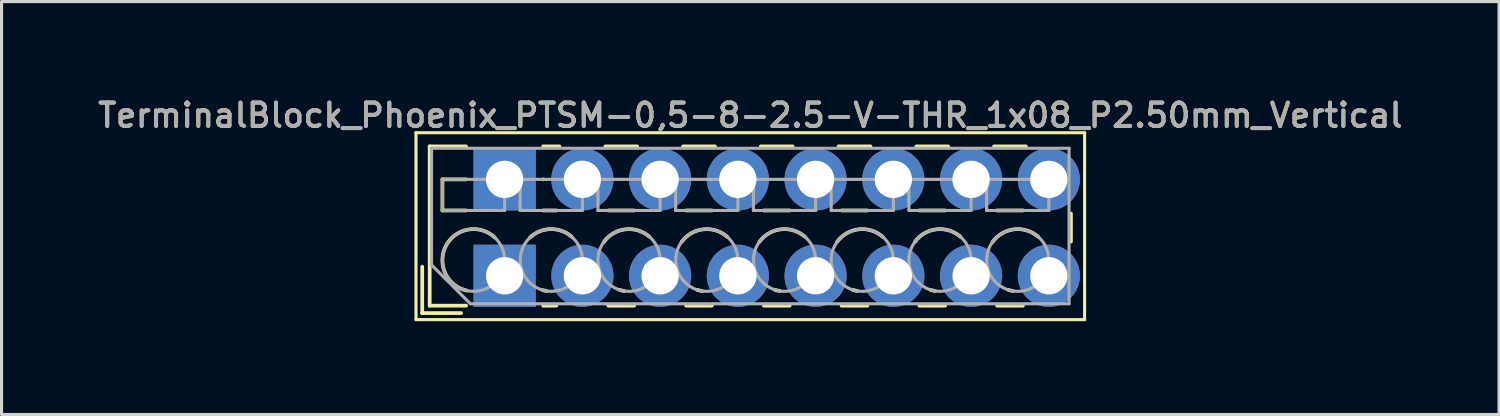
<source format=kicad_pcb>
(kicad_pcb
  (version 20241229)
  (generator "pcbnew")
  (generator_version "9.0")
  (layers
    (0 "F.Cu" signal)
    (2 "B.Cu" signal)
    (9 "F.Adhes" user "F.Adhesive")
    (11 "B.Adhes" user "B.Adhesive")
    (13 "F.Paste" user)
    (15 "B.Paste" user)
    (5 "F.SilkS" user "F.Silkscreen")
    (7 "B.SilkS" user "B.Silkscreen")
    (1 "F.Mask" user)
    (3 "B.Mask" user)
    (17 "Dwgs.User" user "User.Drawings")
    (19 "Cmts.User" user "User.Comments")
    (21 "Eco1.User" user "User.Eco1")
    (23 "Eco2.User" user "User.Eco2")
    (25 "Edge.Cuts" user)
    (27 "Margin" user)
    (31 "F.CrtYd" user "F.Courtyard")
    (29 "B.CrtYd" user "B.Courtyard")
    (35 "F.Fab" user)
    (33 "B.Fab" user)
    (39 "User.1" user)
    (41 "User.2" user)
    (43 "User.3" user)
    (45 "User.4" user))
  (footprint "TerminalBlock_Phoenix_PTSM-0,5-8-2.5-V-THR_1x08_P2.50mm_Vertical"
    (layer "F.Cu")
    (at 13.177 5.818)
    (property "Reference" "TerminalBlock_Phoenix_PTSM-0,5-8-2.5-V-THR_1x08_P2.50mm_Vertical" (at 7.9 -5.16 0) (layer "F.SilkS") (effects (font (size 0.75 0.75) (thickness 0.125))))
    (attr through_hole)
    (fp_line (start -2.85 -4.6) (end -2.85 1.41) (stroke (width 0.1) (type solid)) (layer "F.SilkS"))
    (fp_line (start -2.85 1.41) (end 18.65 1.41) (stroke (width 0.1) (type solid)) (layer "F.SilkS"))
    (fp_line (start -2.65 -0.29) (end -2.65 1.2) (stroke (width 0.12) (type solid)) (layer "F.SilkS"))
    (fp_line (start -2.65 1.2) (end -1.4 1.2) (stroke (width 0.12) (type solid)) (layer "F.SilkS"))
    (fp_line (start -2.41 -4.16) (end -2.41 0.961) (stroke (width 0.12) (type solid)) (layer "F.SilkS"))
    (fp_line (start -2.41 -4.16) (end -1.24 -4.16) (stroke (width 0.12) (type solid)) (layer "F.SilkS"))
    (fp_line (start -2.41 0.961) (end -1.24 0.961) (stroke (width 0.12) (type solid)) (layer "F.SilkS"))
    (fp_line (start -2 -3.1) (end -2 -2.1) (stroke (width 0.12) (type solid)) (layer "F.SilkS"))
    (fp_line (start -2 -3.1) (end -1.24 -3.1) (stroke (width 0.12) (type solid)) (layer "F.SilkS"))
    (fp_line (start -2 -2.1) (end -1.24 -2.1) (stroke (width 0.12) (type solid)) (layer "F.SilkS"))
    (fp_line (start 1.24 -4.16) (end 1.763 -4.16) (stroke (width 0.12) (type solid)) (layer "F.SilkS"))
    (fp_line (start 1.24 -3.1) (end 1.245 -3.1) (stroke (width 0.12) (type solid)) (layer "F.SilkS"))
    (fp_line (start 1.24 -2.1) (end 1.665 -2.1) (stroke (width 0.12) (type solid)) (layer "F.SilkS"))
    (fp_line (start 1.24 0.961) (end 1.665 0.961) (stroke (width 0.12) (type solid)) (layer "F.SilkS"))
    (fp_line (start 3.238 -4.16) (end 4.263 -4.16) (stroke (width 0.12) (type solid)) (layer "F.SilkS"))
    (fp_line (start 3.336 -2.1) (end 4.165 -2.1) (stroke (width 0.12) (type solid)) (layer "F.SilkS"))
    (fp_line (start 3.336 0.961) (end 4.165 0.961) (stroke (width 0.12) (type solid)) (layer "F.SilkS"))
    (fp_line (start 5.738 -4.16) (end 6.763 -4.16) (stroke (width 0.12) (type solid)) (layer "F.SilkS"))
    (fp_line (start 5.836 -2.1) (end 6.665 -2.1) (stroke (width 0.12) (type solid)) (layer "F.SilkS"))
    (fp_line (start 5.836 0.961) (end 6.665 0.961) (stroke (width 0.12) (type solid)) (layer "F.SilkS"))
    (fp_line (start 8.238 -4.16) (end 9.263 -4.16) (stroke (width 0.12) (type solid)) (layer "F.SilkS"))
    (fp_line (start 8.336 -2.1) (end 9.165 -2.1) (stroke (width 0.12) (type solid)) (layer "F.SilkS"))
    (fp_line (start 8.336 0.961) (end 9.165 0.961) (stroke (width 0.12) (type solid)) (layer "F.SilkS"))
    (fp_line (start 10.738 -4.16) (end 11.763 -4.16) (stroke (width 0.12) (type solid)) (layer "F.SilkS"))
    (fp_line (start 10.836 -2.1) (end 11.665 -2.1) (stroke (width 0.12) (type solid)) (layer "F.SilkS"))
    (fp_line (start 10.836 0.961) (end 11.665 0.961) (stroke (width 0.12) (type solid)) (layer "F.SilkS"))
    (fp_line (start 13.238 -4.16) (end 14.263 -4.16) (stroke (width 0.12) (type solid)) (layer "F.SilkS"))
    (fp_line (start 13.336 -2.1) (end 14.165 -2.1) (stroke (width 0.12) (type solid)) (layer "F.SilkS"))
    (fp_line (start 13.336 0.961) (end 14.165 0.961) (stroke (width 0.12) (type solid)) (layer "F.SilkS"))
    (fp_line (start 15.738 -4.16) (end 16.763 -4.16) (stroke (width 0.12) (type solid)) (layer "F.SilkS"))
    (fp_line (start 15.836 -2.1) (end 16.665 -2.1) (stroke (width 0.12) (type solid)) (layer "F.SilkS"))
    (fp_line (start 15.836 0.961) (end 16.665 0.961) (stroke (width 0.12) (type solid)) (layer "F.SilkS"))
    (fp_line (start 18.21 -2) (end 18.21 -1.1) (stroke (width 0.12) (type solid)) (layer "F.SilkS"))
    (fp_line (start 18.65 -4.6) (end -2.85 -4.6) (stroke (width 0.1) (type solid)) (layer "F.SilkS"))
    (fp_line (start 18.65 1.41) (end 18.65 -4.6) (stroke (width 0.1) (type solid)) (layer "F.SilkS"))
    (fp_arc (start -1.224629 0.474931) (mid -1.883573 -0.969306) (end -0.318 -1.232) (stroke (width 0.12) (type solid)) (layer "F.SilkS"))
    (fp_arc (start 0.817811 -1.23232) (mid 1.483053 -1.500693) (end 2.157 -1.255) (stroke (width 0.12) (type solid)) (layer "F.SilkS"))
    (fp_arc (start 1.344288 0.488343) (mid 1.284242 0.476994) (end 1.225 0.462) (stroke (width 0.12) (type solid)) (layer "F.SilkS"))
    (fp_arc (start 3.190612 -1.088697) (mid 3.887218 -1.494461) (end 4.657 -1.255) (stroke (width 0.12) (type solid)) (layer "F.SilkS"))
    (fp_arc (start 3.84373 0.488618) (mid 3.766646 0.47331) (end 3.691 0.452) (stroke (width 0.12) (type solid)) (layer "F.SilkS"))
    (fp_arc (start 5.690612 -1.088697) (mid 6.387218 -1.494461) (end 7.157 -1.255) (stroke (width 0.12) (type solid)) (layer "F.SilkS"))
    (fp_arc (start 6.34373 0.488618) (mid 6.266646 0.47331) (end 6.191 0.452) (stroke (width 0.12) (type solid)) (layer "F.SilkS"))
    (fp_arc (start 8.190612 -1.088697) (mid 8.887218 -1.494461) (end 9.657 -1.255) (stroke (width 0.12) (type solid)) (layer "F.SilkS"))
    (fp_arc (start 8.84373 0.488618) (mid 8.766646 0.47331) (end 8.691 0.452) (stroke (width 0.12) (type solid)) (layer "F.SilkS"))
    (fp_arc (start 10.690612 -1.088697) (mid 11.387218 -1.494461) (end 12.157 -1.255) (stroke (width 0.12) (type solid)) (layer "F.SilkS"))
    (fp_arc (start 11.34373 0.488618) (mid 11.266646 0.47331) (end 11.191 0.452) (stroke (width 0.12) (type solid)) (layer "F.SilkS"))
    (fp_arc (start 13.190612 -1.088697) (mid 13.887218 -1.494461) (end 14.657 -1.255) (stroke (width 0.12) (type solid)) (layer "F.SilkS"))
    (fp_arc (start 13.84373 0.488618) (mid 13.766646 0.47331) (end 13.691 0.452) (stroke (width 0.12) (type solid)) (layer "F.SilkS"))
    (fp_arc (start 15.690612 -1.088697) (mid 16.387218 -1.494461) (end 17.157 -1.255) (stroke (width 0.12) (type solid)) (layer "F.SilkS"))
    (fp_arc (start 16.34373 0.488618) (mid 16.266646 0.47331) (end 16.191 0.452) (stroke (width 0.12) (type solid)) (layer "F.SilkS"))
    (fp_line (start -2.35 -4.1) (end 18.15 -4.1) (stroke (width 0.1) (type solid)) (layer "F.Fab"))
    (fp_line (start -2.35 -0.35) (end -2.35 -4.1) (stroke (width 0.1) (type solid)) (layer "F.Fab"))
    (fp_line (start -2 -3.1) (end -2 -2.1) (stroke (width 0.1) (type solid)) (layer "F.Fab"))
    (fp_line (start -2 -2.1) (end 0 -2.1) (stroke (width 0.1) (type solid)) (layer "F.Fab"))
    (fp_line (start -1.1 0.9) (end -2.35 -0.35) (stroke (width 0.1) (type solid)) (layer "F.Fab"))
    (fp_line (start 0 -3.1) (end -2 -3.1) (stroke (width 0.1) (type solid)) (layer "F.Fab"))
    (fp_line (start 0 -2.1) (end 0 -3.1) (stroke (width 0.1) (type solid)) (layer "F.Fab"))
    (fp_line (start 0.5 -3.1) (end 0.5 -2.1) (stroke (width 0.1) (type solid)) (layer "F.Fab"))
    (fp_line (start 0.5 -2.1) (end 2.5 -2.1) (stroke (width 0.1) (type solid)) (layer "F.Fab"))
    (fp_line (start 2.5 -3.1) (end 0.5 -3.1) (stroke (width 0.1) (type solid)) (layer "F.Fab"))
    (fp_line (start 2.5 -2.1) (end 2.5 -3.1) (stroke (width 0.1) (type solid)) (layer "F.Fab"))
    (fp_line (start 3 -3.1) (end 3 -2.1) (stroke (width 0.1) (type solid)) (layer "F.Fab"))
    (fp_line (start 3 -2.1) (end 5 -2.1) (stroke (width 0.1) (type solid)) (layer "F.Fab"))
    (fp_line (start 5 -3.1) (end 3 -3.1) (stroke (width 0.1) (type solid)) (layer "F.Fab"))
    (fp_line (start 5 -2.1) (end 5 -3.1) (stroke (width 0.1) (type solid)) (layer "F.Fab"))
    (fp_line (start 5.5 -3.1) (end 5.5 -2.1) (stroke (width 0.1) (type solid)) (layer "F.Fab"))
    (fp_line (start 5.5 -2.1) (end 7.5 -2.1) (stroke (width 0.1) (type solid)) (layer "F.Fab"))
    (fp_line (start 7.5 -3.1) (end 5.5 -3.1) (stroke (width 0.1) (type solid)) (layer "F.Fab"))
    (fp_line (start 7.5 -2.1) (end 7.5 -3.1) (stroke (width 0.1) (type solid)) (layer "F.Fab"))
    (fp_line (start 8 -3.1) (end 8 -2.1) (stroke (width 0.1) (type solid)) (layer "F.Fab"))
    (fp_line (start 8 -2.1) (end 10 -2.1) (stroke (width 0.1) (type solid)) (layer "F.Fab"))
    (fp_line (start 10 -3.1) (end 8 -3.1) (stroke (width 0.1) (type solid)) (layer "F.Fab"))
    (fp_line (start 10 -2.1) (end 10 -3.1) (stroke (width 0.1) (type solid)) (layer "F.Fab"))
    (fp_line (start 10.5 -3.1) (end 10.5 -2.1) (stroke (width 0.1) (type solid)) (layer "F.Fab"))
    (fp_line (start 10.5 -2.1) (end 12.5 -2.1) (stroke (width 0.1) (type solid)) (layer "F.Fab"))
    (fp_line (start 12.5 -3.1) (end 10.5 -3.1) (stroke (width 0.1) (type solid)) (layer "F.Fab"))
    (fp_line (start 12.5 -2.1) (end 12.5 -3.1) (stroke (width 0.1) (type solid)) (layer "F.Fab"))
    (fp_line (start 13 -3.1) (end 13 -2.1) (stroke (width 0.1) (type solid)) (layer "F.Fab"))
    (fp_line (start 13 -2.1) (end 15 -2.1) (stroke (width 0.1) (type solid)) (layer "F.Fab"))
    (fp_line (start 15 -3.1) (end 13 -3.1) (stroke (width 0.1) (type solid)) (layer "F.Fab"))
    (fp_line (start 15 -2.1) (end 15 -3.1) (stroke (width 0.1) (type solid)) (layer "F.Fab"))
    (fp_line (start 15.5 -3.1) (end 15.5 -2.1) (stroke (width 0.1) (type solid)) (layer "F.Fab"))
    (fp_line (start 15.5 -2.1) (end 17.5 -2.1) (stroke (width 0.1) (type solid)) (layer "F.Fab"))
    (fp_line (start 17.5 -3.1) (end 15.5 -3.1) (stroke (width 0.1) (type solid)) (layer "F.Fab"))
    (fp_line (start 17.5 -2.1) (end 17.5 -3.1) (stroke (width 0.1) (type solid)) (layer "F.Fab"))
    (fp_line (start 18.15 -4.1) (end 18.15 0.9) (stroke (width 0.1) (type solid)) (layer "F.Fab"))
    (fp_line (start 18.15 0.9) (end -1.1 0.9) (stroke (width 0.1) (type solid)) (layer "F.Fab"))
    (fp_circle (center -1 -0.5) (end 0 -0.5) (stroke (width 0.1) (type solid)) (fill no) (layer "F.Fab"))
    (fp_circle (center 1.5 -0.5) (end 2.5 -0.5) (stroke (width 0.1) (type solid)) (fill no) (layer "F.Fab"))
    (fp_circle (center 4 -0.5) (end 5 -0.5) (stroke (width 0.1) (type solid)) (fill no) (layer "F.Fab"))
    (fp_circle (center 6.5 -0.5) (end 7.5 -0.5) (stroke (width 0.1) (type solid)) (fill no) (layer "F.Fab"))
    (fp_circle (center 9 -0.5) (end 10 -0.5) (stroke (width 0.1) (type solid)) (fill no) (layer "F.Fab"))
    (fp_circle (center 11.5 -0.5) (end 12.5 -0.5) (stroke (width 0.1) (type solid)) (fill no) (layer "F.Fab"))
    (fp_circle (center 14 -0.5) (end 15 -0.5) (stroke (width 0.1) (type solid)) (fill no) (layer "F.Fab"))
    (fp_circle (center 16.5 -0.5) (end 17.5 -0.5) (stroke (width 0.1) (type solid)) (fill no) (layer "F.Fab"))
    (fp_text user "${REFERENCE}" (at 7.9 -5.16 0) (layer "F.Fab") (effects (font (size 0.75 0.75) (thickness 0.125))))
    (pad "1" thru_hole rect (at 0 -3.1) (size 2 2) (drill 1.2) (layers "*.Cu" "*.Mask"))
    (pad "1" thru_hole rect (at 0 0) (size 2 2) (drill 1.2) (layers "*.Cu" "*.Mask"))
    (pad "2" thru_hole circle (at 2.5 -3.1) (size 2 2) (drill 1.2) (layers "*.Cu" "*.Mask"))
    (pad "2" thru_hole circle (at 2.5 0) (size 2 2) (drill 1.2) (layers "*.Cu" "*.Mask"))
    (pad "3" thru_hole circle (at 5 -3.1) (size 2 2) (drill 1.2) (layers "*.Cu" "*.Mask"))
    (pad "3" thru_hole circle (at 5 0) (size 2 2) (drill 1.2) (layers "*.Cu" "*.Mask"))
    (pad "4" thru_hole circle (at 7.5 -3.1) (size 2 2) (drill 1.2) (layers "*.Cu" "*.Mask"))
    (pad "4" thru_hole circle (at 7.5 0) (size 2 2) (drill 1.2) (layers "*.Cu" "*.Mask"))
    (pad "5" thru_hole circle (at 10 -3.1) (size 2 2) (drill 1.2) (layers "*.Cu" "*.Mask"))
    (pad "5" thru_hole circle (at 10 0) (size 2 2) (drill 1.2) (layers "*.Cu" "*.Mask"))
    (pad "6" thru_hole circle (at 12.5 -3.1) (size 2 2) (drill 1.2) (layers "*.Cu" "*.Mask"))
    (pad "6" thru_hole circle (at 12.5 0) (size 2 2) (drill 1.2) (layers "*.Cu" "*.Mask"))
    (pad "7" thru_hole circle (at 15 -3.1) (size 2 2) (drill 1.2) (layers "*.Cu" "*.Mask"))
    (pad "7" thru_hole circle (at 15 0) (size 2 2) (drill 1.2) (layers "*.Cu" "*.Mask"))
    (pad "8" thru_hole circle (at 17.5 -3.1) (size 2 2) (drill 1.2) (layers "*.Cu" "*.Mask"))
    (pad "8" thru_hole circle (at 17.5 0) (size 2 2) (drill 1.2) (layers "*.Cu" "*.Mask")))
  (gr_rect
    (start -3 -3)
    (end 45.154 10.278)
    (stroke (width 0.1) (type default))
    (fill no)
    (layer "Edge.Cuts")))
</source>
